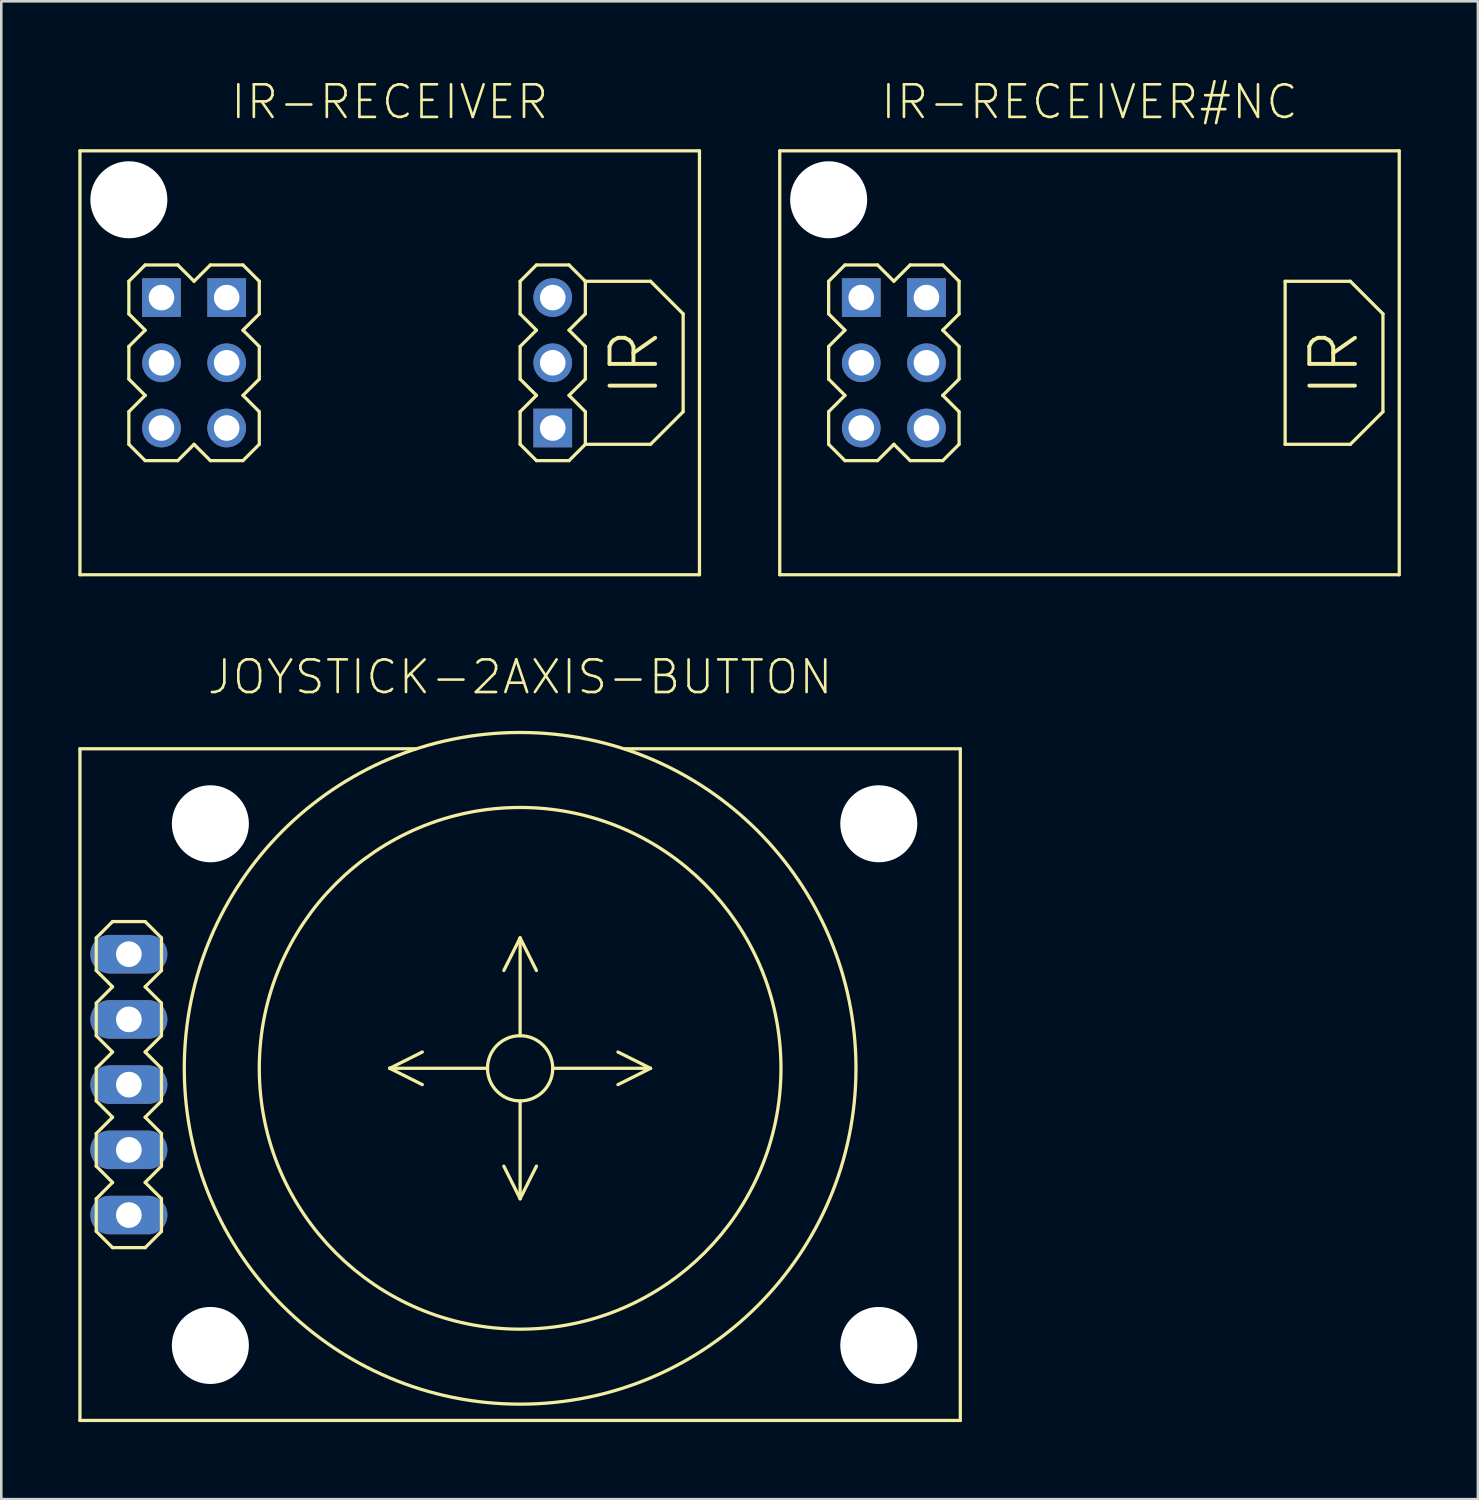
<source format=kicad_pcb>
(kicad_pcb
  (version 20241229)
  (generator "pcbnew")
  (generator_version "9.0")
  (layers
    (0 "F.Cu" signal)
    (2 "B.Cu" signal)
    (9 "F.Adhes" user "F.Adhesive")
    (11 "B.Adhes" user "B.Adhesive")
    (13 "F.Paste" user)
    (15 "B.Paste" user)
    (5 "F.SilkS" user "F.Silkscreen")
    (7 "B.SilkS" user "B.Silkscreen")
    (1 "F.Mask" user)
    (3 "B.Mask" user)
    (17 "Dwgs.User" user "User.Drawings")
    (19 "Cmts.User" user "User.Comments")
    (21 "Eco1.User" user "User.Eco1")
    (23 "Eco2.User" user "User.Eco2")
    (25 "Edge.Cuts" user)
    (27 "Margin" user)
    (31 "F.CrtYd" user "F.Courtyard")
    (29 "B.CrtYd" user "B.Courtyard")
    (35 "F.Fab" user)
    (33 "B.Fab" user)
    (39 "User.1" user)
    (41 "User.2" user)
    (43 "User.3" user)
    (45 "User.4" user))
  (footprint "JOYSTICK-2AXIS-BUTTON"
    (layer "F.Cu")
    (at 17.209 39.196)
    (property "Reference" "JOYSTICK-2AXIS-BUTTON" (at 0 -15.875 0) (layer "F.SilkS") (effects (font (size 1.27 1.27) (thickness 0.102))))
    (attr exclude_from_pos_files exclude_from_bom)
    (fp_line (start -17.145 -13.081) (end -4.064 -13.081) (stroke (width 0.127) (type solid)) (layer "F.SilkS"))
    (fp_line (start -17.145 13.081) (end -17.145 -13.081) (stroke (width 0.127) (type solid)) (layer "F.SilkS"))
    (fp_line (start -16.51 -5.715) (end -15.875 -6.35) (stroke (width 0.127) (type solid)) (layer "F.SilkS"))
    (fp_line (start -16.51 -4.445) (end -16.51 -5.715) (stroke (width 0.127) (type solid)) (layer "F.SilkS"))
    (fp_line (start -16.51 -3.175) (end -15.875 -3.81) (stroke (width 0.127) (type solid)) (layer "F.SilkS"))
    (fp_line (start -16.51 -1.905) (end -16.51 -3.175) (stroke (width 0.127) (type solid)) (layer "F.SilkS"))
    (fp_line (start -16.51 -0.635) (end -15.875 -1.27) (stroke (width 0.127) (type solid)) (layer "F.SilkS"))
    (fp_line (start -16.51 0.635) (end -16.51 -0.635) (stroke (width 0.127) (type solid)) (layer "F.SilkS"))
    (fp_line (start -16.51 1.905) (end -16.51 3.175) (stroke (width 0.127) (type solid)) (layer "F.SilkS"))
    (fp_line (start -16.51 3.175) (end -15.875 3.81) (stroke (width 0.127) (type solid)) (layer "F.SilkS"))
    (fp_line (start -16.51 4.445) (end -16.51 5.715) (stroke (width 0.127) (type solid)) (layer "F.SilkS"))
    (fp_line (start -16.51 5.715) (end -15.875 6.35) (stroke (width 0.127) (type solid)) (layer "F.SilkS"))
    (fp_line (start -15.875 -6.35) (end -14.605 -6.35) (stroke (width 0.127) (type solid)) (layer "F.SilkS"))
    (fp_line (start -15.875 -3.81) (end -16.51 -4.445) (stroke (width 0.127) (type solid)) (layer "F.SilkS"))
    (fp_line (start -15.875 -1.27) (end -16.51 -1.905) (stroke (width 0.127) (type solid)) (layer "F.SilkS"))
    (fp_line (start -15.875 1.27) (end -16.51 0.635) (stroke (width 0.127) (type solid)) (layer "F.SilkS"))
    (fp_line (start -15.875 1.27) (end -16.51 1.905) (stroke (width 0.127) (type solid)) (layer "F.SilkS"))
    (fp_line (start -15.875 3.81) (end -16.51 4.445) (stroke (width 0.127) (type solid)) (layer "F.SilkS"))
    (fp_line (start -15.875 6.35) (end -14.605 6.35) (stroke (width 0.127) (type solid)) (layer "F.SilkS"))
    (fp_line (start -14.605 -6.35) (end -13.97 -5.715) (stroke (width 0.127) (type solid)) (layer "F.SilkS"))
    (fp_line (start -14.605 -3.81) (end -13.97 -3.175) (stroke (width 0.127) (type solid)) (layer "F.SilkS"))
    (fp_line (start -14.605 -1.27) (end -13.97 -0.635) (stroke (width 0.127) (type solid)) (layer "F.SilkS"))
    (fp_line (start -14.605 3.81) (end -13.97 3.175) (stroke (width 0.127) (type solid)) (layer "F.SilkS"))
    (fp_line (start -14.605 6.35) (end -13.97 5.715) (stroke (width 0.127) (type solid)) (layer "F.SilkS"))
    (fp_line (start -13.97 -5.715) (end -13.97 -4.445) (stroke (width 0.127) (type solid)) (layer "F.SilkS"))
    (fp_line (start -13.97 -4.445) (end -14.605 -3.81) (stroke (width 0.127) (type solid)) (layer "F.SilkS"))
    (fp_line (start -13.97 -3.175) (end -13.97 -1.905) (stroke (width 0.127) (type solid)) (layer "F.SilkS"))
    (fp_line (start -13.97 -1.905) (end -14.605 -1.27) (stroke (width 0.127) (type solid)) (layer "F.SilkS"))
    (fp_line (start -13.97 -0.635) (end -13.97 0.635) (stroke (width 0.127) (type solid)) (layer "F.SilkS"))
    (fp_line (start -13.97 0.635) (end -14.605 1.27) (stroke (width 0.127) (type solid)) (layer "F.SilkS"))
    (fp_line (start -13.97 1.905) (end -14.605 1.27) (stroke (width 0.127) (type solid)) (layer "F.SilkS"))
    (fp_line (start -13.97 3.175) (end -13.97 1.905) (stroke (width 0.127) (type solid)) (layer "F.SilkS"))
    (fp_line (start -13.97 4.445) (end -14.605 3.81) (stroke (width 0.127) (type solid)) (layer "F.SilkS"))
    (fp_line (start -13.97 5.715) (end -13.97 4.445) (stroke (width 0.127) (type solid)) (layer "F.SilkS"))
    (fp_line (start -5.08 -0.635) (end -3.81 -1.27) (stroke (width 0.127) (type solid)) (layer "F.SilkS"))
    (fp_line (start -5.08 -0.635) (end -3.81 0) (stroke (width 0.127) (type solid)) (layer "F.SilkS"))
    (fp_line (start -1.27 -0.635) (end -5.08 -0.635) (stroke (width 0.127) (type solid)) (layer "F.SilkS"))
    (fp_line (start 0 -5.715) (end -0.635 -4.445) (stroke (width 0.127) (type solid)) (layer "F.SilkS"))
    (fp_line (start 0 -5.715) (end 0.635 -4.445) (stroke (width 0.127) (type solid)) (layer "F.SilkS"))
    (fp_line (start 0 -1.905) (end 0 -5.715) (stroke (width 0.127) (type solid)) (layer "F.SilkS"))
    (fp_line (start 0 0.635) (end 0 4.445) (stroke (width 0.127) (type solid)) (layer "F.SilkS"))
    (fp_line (start 0 4.445) (end -0.635 3.175) (stroke (width 0.127) (type solid)) (layer "F.SilkS"))
    (fp_line (start 0 4.445) (end 0.635 3.175) (stroke (width 0.127) (type solid)) (layer "F.SilkS"))
    (fp_line (start 1.27 -0.635) (end 5.08 -0.635) (stroke (width 0.127) (type solid)) (layer "F.SilkS"))
    (fp_line (start 5.08 -0.635) (end 3.81 -1.27) (stroke (width 0.127) (type solid)) (layer "F.SilkS"))
    (fp_line (start 5.08 -0.635) (end 3.81 0) (stroke (width 0.127) (type solid)) (layer "F.SilkS"))
    (fp_line (start 17.145 -13.081) (end 4.064 -13.081) (stroke (width 0.127) (type solid)) (layer "F.SilkS"))
    (fp_line (start 17.145 -13.081) (end 17.145 13.081) (stroke (width 0.127) (type solid)) (layer "F.SilkS"))
    (fp_line (start 17.145 13.081) (end -17.145 13.081) (stroke (width 0.127) (type solid)) (layer "F.SilkS"))
    (fp_circle (center 0 -0.635) (end 0 -13.716) (stroke (width 0.127) (type solid)) (fill no) (layer "F.SilkS"))
    (fp_circle (center 0 -0.635) (end 0 -10.795) (stroke (width 0.127) (type solid)) (fill no) (layer "F.SilkS"))
    (fp_circle (center 0 -0.635) (end 0 -1.905) (stroke (width 0.127) (type solid)) (fill no) (layer "F.SilkS"))
    (pad "" np_thru_hole circle (at -12.065 -10.16) (size 3 3) (drill 3) (layers "*.Cu" "*.Mask"))
    (pad "" np_thru_hole circle (at -12.065 10.16) (size 3 3) (drill 3) (layers "*.Cu" "*.Mask"))
    (pad "" np_thru_hole circle (at 13.97 -10.16) (size 3 3) (drill 3) (layers "*.Cu" "*.Mask"))
    (pad "" np_thru_hole circle (at 13.97 10.16) (size 3 3) (drill 3) (layers "*.Cu" "*.Mask"))
    (pad "1" thru_hole oval (at -15.24 -5.08) (size 3 1.5) (drill 1) (layers "*.Cu" "*.Mask"))
    (pad "2" thru_hole oval (at -15.24 -2.54) (size 3 1.5) (drill 1) (layers "*.Cu" "*.Mask"))
    (pad "3" thru_hole oval (at -15.24 0) (size 3 1.5) (drill 1) (layers "*.Cu" "*.Mask"))
    (pad "4" thru_hole oval (at -15.24 2.54) (size 3 1.5) (drill 1) (layers "*.Cu" "*.Mask"))
    (pad "5" thru_hole oval (at -15.24 5.08) (size 3 1.5) (drill 1) (layers "*.Cu" "*.Mask")))
  (footprint "IR-RECEIVER"
    (layer "F.Cu")
    (at 12.129 11.081)
    (property "Reference" "IR-RECEIVER" (at 0 -10.16 0) (layer "F.SilkS") (effects (font (size 1.27 1.27) (thickness 0.102))))
    (attr exclude_from_pos_files exclude_from_bom)
    (fp_line (start -12.065 -8.255) (end 12.065 -8.255) (stroke (width 0.127) (type solid)) (layer "F.SilkS"))
    (fp_line (start -12.065 8.255) (end -12.065 -8.255) (stroke (width 0.127) (type solid)) (layer "F.SilkS"))
    (fp_line (start -10.16 -3.175) (end -9.525 -3.81) (stroke (width 0.127) (type solid)) (layer "F.SilkS"))
    (fp_line (start -10.16 -1.905) (end -10.16 -3.175) (stroke (width 0.127) (type solid)) (layer "F.SilkS"))
    (fp_line (start -10.16 -0.635) (end -9.525 -1.27) (stroke (width 0.127) (type solid)) (layer "F.SilkS"))
    (fp_line (start -10.16 0.635) (end -10.16 -0.635) (stroke (width 0.127) (type solid)) (layer "F.SilkS"))
    (fp_line (start -10.16 1.905) (end -9.525 1.27) (stroke (width 0.127) (type solid)) (layer "F.SilkS"))
    (fp_line (start -10.16 3.175) (end -10.16 1.905) (stroke (width 0.127) (type solid)) (layer "F.SilkS"))
    (fp_line (start -9.525 -3.81) (end -8.255 -3.81) (stroke (width 0.127) (type solid)) (layer "F.SilkS"))
    (fp_line (start -9.525 -1.27) (end -10.16 -1.905) (stroke (width 0.127) (type solid)) (layer "F.SilkS"))
    (fp_line (start -9.525 1.27) (end -10.16 0.635) (stroke (width 0.127) (type solid)) (layer "F.SilkS"))
    (fp_line (start -9.525 3.81) (end -10.16 3.175) (stroke (width 0.127) (type solid)) (layer "F.SilkS"))
    (fp_line (start -8.255 -3.81) (end -7.62 -3.175) (stroke (width 0.127) (type solid)) (layer "F.SilkS"))
    (fp_line (start -8.255 3.81) (end -9.525 3.81) (stroke (width 0.127) (type solid)) (layer "F.SilkS"))
    (fp_line (start -7.62 -3.175) (end -6.985 -3.81) (stroke (width 0.127) (type solid)) (layer "F.SilkS"))
    (fp_line (start -7.62 3.175) (end -8.255 3.81) (stroke (width 0.127) (type solid)) (layer "F.SilkS"))
    (fp_line (start -6.985 -3.81) (end -5.715 -3.81) (stroke (width 0.127) (type solid)) (layer "F.SilkS"))
    (fp_line (start -6.985 3.81) (end -7.62 3.175) (stroke (width 0.127) (type solid)) (layer "F.SilkS"))
    (fp_line (start -5.715 -3.81) (end -5.08 -3.175) (stroke (width 0.127) (type solid)) (layer "F.SilkS"))
    (fp_line (start -5.715 -1.27) (end -5.08 -0.635) (stroke (width 0.127) (type solid)) (layer "F.SilkS"))
    (fp_line (start -5.715 1.27) (end -5.08 1.905) (stroke (width 0.127) (type solid)) (layer "F.SilkS"))
    (fp_line (start -5.715 3.81) (end -6.985 3.81) (stroke (width 0.127) (type solid)) (layer "F.SilkS"))
    (fp_line (start -5.08 -3.175) (end -5.08 -1.905) (stroke (width 0.127) (type solid)) (layer "F.SilkS"))
    (fp_line (start -5.08 -1.905) (end -5.715 -1.27) (stroke (width 0.127) (type solid)) (layer "F.SilkS"))
    (fp_line (start -5.08 -0.635) (end -5.08 0.635) (stroke (width 0.127) (type solid)) (layer "F.SilkS"))
    (fp_line (start -5.08 0.635) (end -5.715 1.27) (stroke (width 0.127) (type solid)) (layer "F.SilkS"))
    (fp_line (start -5.08 1.905) (end -5.08 3.175) (stroke (width 0.127) (type solid)) (layer "F.SilkS"))
    (fp_line (start -5.08 3.175) (end -5.715 3.81) (stroke (width 0.127) (type solid)) (layer "F.SilkS"))
    (fp_line (start 5.08 -3.175) (end 5.715 -3.81) (stroke (width 0.127) (type solid)) (layer "F.SilkS"))
    (fp_line (start 5.08 -1.905) (end 5.08 -3.175) (stroke (width 0.127) (type solid)) (layer "F.SilkS"))
    (fp_line (start 5.08 -0.635) (end 5.715 -1.27) (stroke (width 0.127) (type solid)) (layer "F.SilkS"))
    (fp_line (start 5.08 0.635) (end 5.08 -0.635) (stroke (width 0.127) (type solid)) (layer "F.SilkS"))
    (fp_line (start 5.08 1.905) (end 5.715 1.27) (stroke (width 0.127) (type solid)) (layer "F.SilkS"))
    (fp_line (start 5.08 3.175) (end 5.08 1.905) (stroke (width 0.127) (type solid)) (layer "F.SilkS"))
    (fp_line (start 5.715 -3.81) (end 6.985 -3.81) (stroke (width 0.127) (type solid)) (layer "F.SilkS"))
    (fp_line (start 5.715 -1.27) (end 5.08 -1.905) (stroke (width 0.127) (type solid)) (layer "F.SilkS"))
    (fp_line (start 5.715 1.27) (end 5.08 0.635) (stroke (width 0.127) (type solid)) (layer "F.SilkS"))
    (fp_line (start 5.715 3.81) (end 5.08 3.175) (stroke (width 0.127) (type solid)) (layer "F.SilkS"))
    (fp_line (start 6.985 -3.81) (end 7.62 -3.175) (stroke (width 0.127) (type solid)) (layer "F.SilkS"))
    (fp_line (start 6.985 -1.27) (end 7.62 -0.635) (stroke (width 0.127) (type solid)) (layer "F.SilkS"))
    (fp_line (start 6.985 1.27) (end 7.62 1.905) (stroke (width 0.127) (type solid)) (layer "F.SilkS"))
    (fp_line (start 6.985 3.81) (end 5.715 3.81) (stroke (width 0.127) (type solid)) (layer "F.SilkS"))
    (fp_line (start 7.62 -3.175) (end 7.62 -1.905) (stroke (width 0.127) (type solid)) (layer "F.SilkS"))
    (fp_line (start 7.62 -3.175) (end 10.16 -3.175) (stroke (width 0.127) (type solid)) (layer "F.SilkS"))
    (fp_line (start 7.62 -1.905) (end 6.985 -1.27) (stroke (width 0.127) (type solid)) (layer "F.SilkS"))
    (fp_line (start 7.62 -0.635) (end 7.62 0.635) (stroke (width 0.127) (type solid)) (layer "F.SilkS"))
    (fp_line (start 7.62 0.635) (end 6.985 1.27) (stroke (width 0.127) (type solid)) (layer "F.SilkS"))
    (fp_line (start 7.62 1.905) (end 7.62 3.175) (stroke (width 0.127) (type solid)) (layer "F.SilkS"))
    (fp_line (start 7.62 3.175) (end 6.985 3.81) (stroke (width 0.127) (type solid)) (layer "F.SilkS"))
    (fp_line (start 10.16 -3.175) (end 11.43 -1.905) (stroke (width 0.127) (type solid)) (layer "F.SilkS"))
    (fp_line (start 10.16 3.175) (end 7.62 3.175) (stroke (width 0.127) (type solid)) (layer "F.SilkS"))
    (fp_line (start 11.43 -1.905) (end 11.43 1.905) (stroke (width 0.127) (type solid)) (layer "F.SilkS"))
    (fp_line (start 11.43 1.905) (end 10.16 3.175) (stroke (width 0.127) (type solid)) (layer "F.SilkS"))
    (fp_line (start 12.065 -8.255) (end 12.065 8.255) (stroke (width 0.127) (type solid)) (layer "F.SilkS"))
    (fp_line (start 12.065 8.255) (end -12.065 8.255) (stroke (width 0.127) (type solid)) (layer "F.SilkS"))
    (fp_text user "IR" (at 9.525 0 270) (layer "F.SilkS") (effects (font (size 1.778 1.778) (thickness 0.152))))
    (pad "" np_thru_hole circle (at -10.16 -6.35) (size 3 3) (drill 3) (layers "*.Cu" "*.Mask"))
    (pad "A.1" thru_hole rect (at -8.89 -2.54) (size 1.506 1.506) (drill 0.998) (layers "*.Cu" "*.Paste" "*.Mask"))
    (pad "A.2" thru_hole circle (at -8.89 0) (size 1.506 1.506) (drill 0.998) (layers "*.Cu" "*.Paste" "*.Mask"))
    (pad "A.3" thru_hole circle (at -8.89 2.54) (size 1.506 1.506) (drill 0.998) (layers "*.Cu" "*.Paste" "*.Mask"))
    (pad "B.1" thru_hole rect (at -6.35 -2.54) (size 1.506 1.506) (drill 0.998) (layers "*.Cu" "*.Paste" "*.Mask"))
    (pad "B.2" thru_hole circle (at -6.35 0) (size 1.506 1.506) (drill 0.998) (layers "*.Cu" "*.Paste" "*.Mask"))
    (pad "B.3" thru_hole circle (at -6.35 2.54) (size 1.506 1.506) (drill 0.998) (layers "*.Cu" "*.Paste" "*.Mask"))
    (pad "C.1" thru_hole rect (at 6.35 2.54) (size 1.506 1.506) (drill 0.998) (layers "*.Cu" "*.Paste" "*.Mask"))
    (pad "C.2" thru_hole circle (at 6.35 0) (size 1.506 1.506) (drill 0.998) (layers "*.Cu" "*.Paste" "*.Mask"))
    (pad "C.3" thru_hole circle (at 6.35 -2.54) (size 1.506 1.506) (drill 0.998) (layers "*.Cu" "*.Paste" "*.Mask")))
  (footprint "IR-RECEIVER#NC"
    (layer "F.Cu")
    (at 39.386 11.081)
    (property "Reference" "IR-RECEIVER#NC" (at 0 -10.16 0) (layer "F.SilkS") (effects (font (size 1.27 1.27) (thickness 0.102))))
    (attr exclude_from_pos_files exclude_from_bom)
    (fp_line (start -12.065 -8.255) (end 12.065 -8.255) (stroke (width 0.127) (type solid)) (layer "F.SilkS"))
    (fp_line (start -12.065 8.255) (end -12.065 -8.255) (stroke (width 0.127) (type solid)) (layer "F.SilkS"))
    (fp_line (start -10.16 -3.175) (end -9.525 -3.81) (stroke (width 0.127) (type solid)) (layer "F.SilkS"))
    (fp_line (start -10.16 -1.905) (end -10.16 -3.175) (stroke (width 0.127) (type solid)) (layer "F.SilkS"))
    (fp_line (start -10.16 -0.635) (end -9.525 -1.27) (stroke (width 0.127) (type solid)) (layer "F.SilkS"))
    (fp_line (start -10.16 0.635) (end -10.16 -0.635) (stroke (width 0.127) (type solid)) (layer "F.SilkS"))
    (fp_line (start -10.16 1.905) (end -9.525 1.27) (stroke (width 0.127) (type solid)) (layer "F.SilkS"))
    (fp_line (start -10.16 3.175) (end -10.16 1.905) (stroke (width 0.127) (type solid)) (layer "F.SilkS"))
    (fp_line (start -9.525 -3.81) (end -8.255 -3.81) (stroke (width 0.127) (type solid)) (layer "F.SilkS"))
    (fp_line (start -9.525 -1.27) (end -10.16 -1.905) (stroke (width 0.127) (type solid)) (layer "F.SilkS"))
    (fp_line (start -9.525 1.27) (end -10.16 0.635) (stroke (width 0.127) (type solid)) (layer "F.SilkS"))
    (fp_line (start -9.525 3.81) (end -10.16 3.175) (stroke (width 0.127) (type solid)) (layer "F.SilkS"))
    (fp_line (start -8.255 -3.81) (end -7.62 -3.175) (stroke (width 0.127) (type solid)) (layer "F.SilkS"))
    (fp_line (start -8.255 3.81) (end -9.525 3.81) (stroke (width 0.127) (type solid)) (layer "F.SilkS"))
    (fp_line (start -7.62 -3.175) (end -6.985 -3.81) (stroke (width 0.127) (type solid)) (layer "F.SilkS"))
    (fp_line (start -7.62 3.175) (end -8.255 3.81) (stroke (width 0.127) (type solid)) (layer "F.SilkS"))
    (fp_line (start -6.985 -3.81) (end -5.715 -3.81) (stroke (width 0.127) (type solid)) (layer "F.SilkS"))
    (fp_line (start -6.985 3.81) (end -7.62 3.175) (stroke (width 0.127) (type solid)) (layer "F.SilkS"))
    (fp_line (start -5.715 -3.81) (end -5.08 -3.175) (stroke (width 0.127) (type solid)) (layer "F.SilkS"))
    (fp_line (start -5.715 -1.27) (end -5.08 -0.635) (stroke (width 0.127) (type solid)) (layer "F.SilkS"))
    (fp_line (start -5.715 1.27) (end -5.08 1.905) (stroke (width 0.127) (type solid)) (layer "F.SilkS"))
    (fp_line (start -5.715 3.81) (end -6.985 3.81) (stroke (width 0.127) (type solid)) (layer "F.SilkS"))
    (fp_line (start -5.08 -3.175) (end -5.08 -1.905) (stroke (width 0.127) (type solid)) (layer "F.SilkS"))
    (fp_line (start -5.08 -1.905) (end -5.715 -1.27) (stroke (width 0.127) (type solid)) (layer "F.SilkS"))
    (fp_line (start -5.08 -0.635) (end -5.08 0.635) (stroke (width 0.127) (type solid)) (layer "F.SilkS"))
    (fp_line (start -5.08 0.635) (end -5.715 1.27) (stroke (width 0.127) (type solid)) (layer "F.SilkS"))
    (fp_line (start -5.08 1.905) (end -5.08 3.175) (stroke (width 0.127) (type solid)) (layer "F.SilkS"))
    (fp_line (start -5.08 3.175) (end -5.715 3.81) (stroke (width 0.127) (type solid)) (layer "F.SilkS"))
    (fp_line (start 7.62 -3.175) (end 7.62 3.175) (stroke (width 0.127) (type solid)) (layer "F.SilkS"))
    (fp_line (start 7.62 -3.175) (end 10.16 -3.175) (stroke (width 0.127) (type solid)) (layer "F.SilkS"))
    (fp_line (start 10.16 -3.175) (end 11.43 -1.905) (stroke (width 0.127) (type solid)) (layer "F.SilkS"))
    (fp_line (start 10.16 3.175) (end 7.62 3.175) (stroke (width 0.127) (type solid)) (layer "F.SilkS"))
    (fp_line (start 11.43 -1.905) (end 11.43 1.905) (stroke (width 0.127) (type solid)) (layer "F.SilkS"))
    (fp_line (start 11.43 1.905) (end 10.16 3.175) (stroke (width 0.127) (type solid)) (layer "F.SilkS"))
    (fp_line (start 12.065 -8.255) (end 12.065 8.255) (stroke (width 0.127) (type solid)) (layer "F.SilkS"))
    (fp_line (start 12.065 8.255) (end -12.065 8.255) (stroke (width 0.127) (type solid)) (layer "F.SilkS"))
    (fp_text user "IR" (at 9.525 0 270) (layer "F.SilkS") (effects (font (size 1.778 1.778) (thickness 0.152))))
    (pad "" np_thru_hole circle (at -10.16 -6.35) (size 3 3) (drill 3) (layers "*.Cu" "*.Mask"))
    (pad "A.1" thru_hole rect (at -8.89 -2.54) (size 1.506 1.506) (drill 0.998) (layers "*.Cu" "*.Paste" "*.Mask"))
    (pad "A.2" thru_hole circle (at -8.89 0) (size 1.506 1.506) (drill 0.998) (layers "*.Cu" "*.Paste" "*.Mask"))
    (pad "A.3" thru_hole circle (at -8.89 2.54) (size 1.506 1.506) (drill 0.998) (layers "*.Cu" "*.Paste" "*.Mask"))
    (pad "B.1" thru_hole rect (at -6.35 -2.54) (size 1.506 1.506) (drill 0.998) (layers "*.Cu" "*.Paste" "*.Mask"))
    (pad "B.2" thru_hole circle (at -6.35 0) (size 1.506 1.506) (drill 0.998) (layers "*.Cu" "*.Paste" "*.Mask"))
    (pad "B.3" thru_hole circle (at -6.35 2.54) (size 1.506 1.506) (drill 0.998) (layers "*.Cu" "*.Paste" "*.Mask")))
  (gr_rect
    (start -3 -3)
    (end 54.514 55.341)
    (stroke (width 0.1) (type default))
    (fill no)
    (layer "Edge.Cuts")))
</source>
